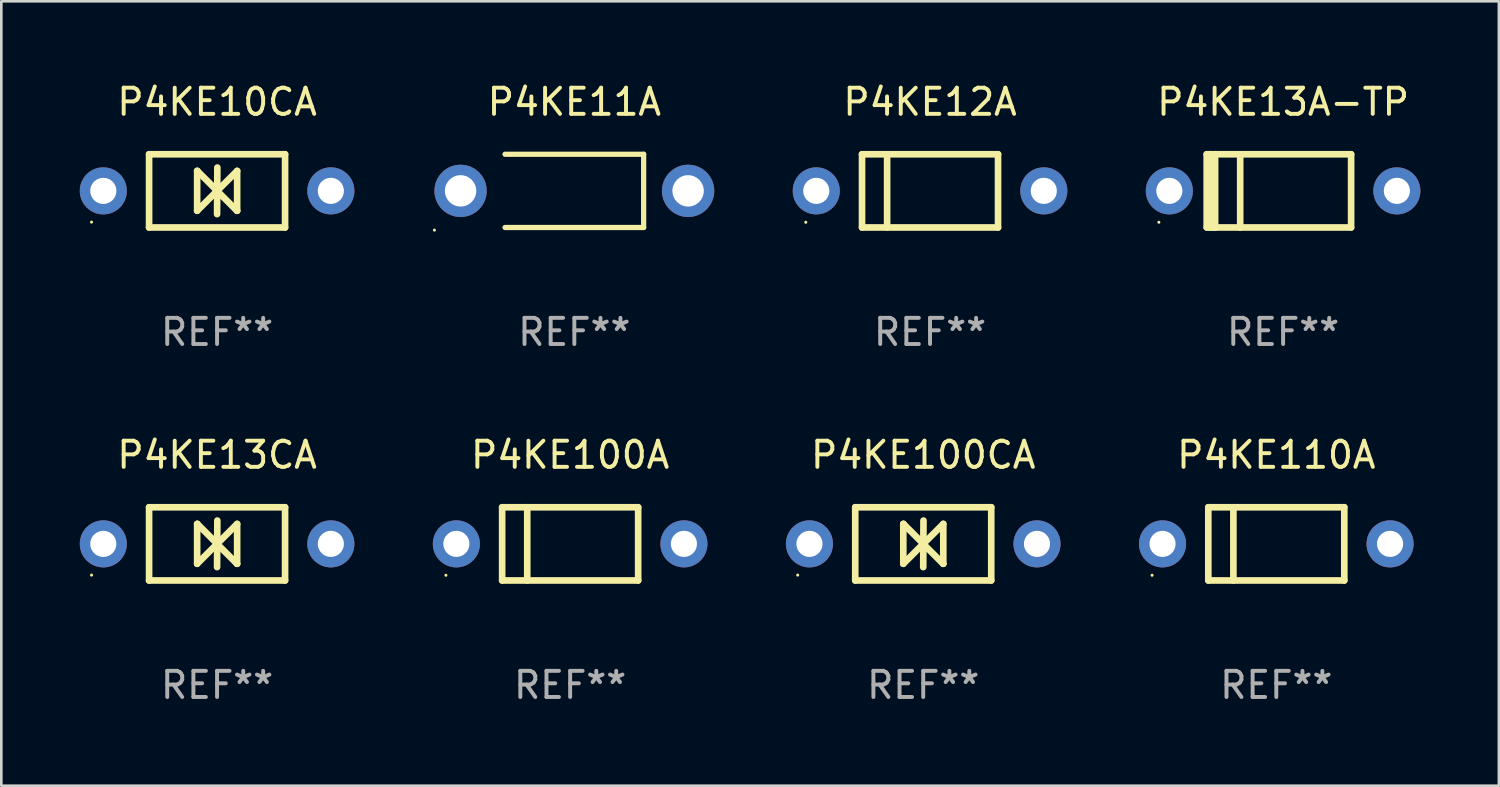
<source format=kicad_pcb>
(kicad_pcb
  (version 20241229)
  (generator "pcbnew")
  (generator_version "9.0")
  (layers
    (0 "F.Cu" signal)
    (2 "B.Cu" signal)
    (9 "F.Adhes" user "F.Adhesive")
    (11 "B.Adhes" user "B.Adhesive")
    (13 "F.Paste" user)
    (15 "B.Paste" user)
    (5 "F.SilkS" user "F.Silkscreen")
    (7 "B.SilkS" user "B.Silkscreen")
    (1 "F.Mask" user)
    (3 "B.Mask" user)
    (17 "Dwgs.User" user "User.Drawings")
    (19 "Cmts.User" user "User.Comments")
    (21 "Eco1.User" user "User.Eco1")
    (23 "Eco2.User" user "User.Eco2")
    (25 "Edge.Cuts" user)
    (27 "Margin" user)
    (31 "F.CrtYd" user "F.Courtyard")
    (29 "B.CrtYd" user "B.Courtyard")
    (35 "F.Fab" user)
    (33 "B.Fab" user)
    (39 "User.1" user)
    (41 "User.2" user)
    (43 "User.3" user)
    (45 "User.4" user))
  (footprint "P4KE13CA"
    (layer "F.Cu")
    (at 5.25 17.745)
    (property "Reference" "P4KE13CA" (at 0 -3.4 0) (layer "F.SilkS") (effects (font (size 1 1) (thickness 0.15))))
    (attr through_hole)
    (fp_line (start -2.6 1.4) (end -2.6 -1.4) (stroke (width 0.254) (type solid)) (layer "F.SilkS"))
    (fp_line (start -0.762 -0.762) (end -0.762 0.762) (stroke (width 0.254) (type solid)) (layer "F.SilkS"))
    (fp_line (start -0.762 0.762) (end 0.006 -0.006) (stroke (width 0.254) (type solid)) (layer "F.SilkS"))
    (fp_line (start -0.755 -0.762) (end -0.762 -0.762) (stroke (width 0.254) (type solid)) (layer "F.SilkS"))
    (fp_line (start -0.001 0.004) (end -0.001 0.095) (stroke (width 0.254) (type solid)) (layer "F.SilkS"))
    (fp_line (start 0 0) (end 0.761 0.761) (stroke (width 0.254) (type solid)) (layer "F.SilkS"))
    (fp_line (start 0 0.889) (end 0.01 -0.892) (stroke (width 0.254) (type solid)) (layer "F.SilkS"))
    (fp_line (start 0.005 -0.001) (end -0.755 -0.762) (stroke (width 0.254) (type solid)) (layer "F.SilkS"))
    (fp_line (start 0.006 -0.006) (end 0.006 -0.096) (stroke (width 0.254) (type solid)) (layer "F.SilkS"))
    (fp_line (start 0.761 0.761) (end 0.767 0.761) (stroke (width 0.254) (type solid)) (layer "F.SilkS"))
    (fp_line (start 0.767 -0.763) (end -0.001 0.004) (stroke (width 0.254) (type solid)) (layer "F.SilkS"))
    (fp_line (start 0.767 0.761) (end 0.767 -0.763) (stroke (width 0.254) (type solid)) (layer "F.SilkS"))
    (fp_line (start 2.6 -1.4) (end -2.6 -1.4) (stroke (width 0.254) (type solid)) (layer "F.SilkS"))
    (fp_line (start 2.6 1.4) (end -2.6 1.4) (stroke (width 0.254) (type solid)) (layer "F.SilkS"))
    (fp_line (start 2.6 1.4) (end 2.6 -1.4) (stroke (width 0.254) (type solid)) (layer "F.SilkS"))
    (fp_circle (center -4.8 1.194) (end -4.77 1.194) (stroke (width 0.06) (type solid)) (fill no) (layer "F.SilkS"))
    (fp_text user "REF**" (at 0 5.4 0) (layer "F.Fab") (effects (font (size 1 1) (thickness 0.15))))
    (pad "1" thru_hole circle (at -4.35 0) (size 1.8 1.8) (drill 1) (layers "*.Cu" "*.Mask"))
    (pad "2" thru_hole circle (at 4.35 0) (size 1.8 1.8) (drill 1) (layers "*.Cu" "*.Mask")))
  (footprint "P4KE100A"
    (layer "F.Cu")
    (at 18.75 17.745)
    (property "Reference" "P4KE100A" (at 0 -3.4 0) (layer "F.SilkS") (effects (font (size 1 1) (thickness 0.15))))
    (attr through_hole)
    (fp_line (start -2.6 -1.4) (end -2.6 1.4) (stroke (width 0.254) (type solid)) (layer "F.SilkS"))
    (fp_line (start -2.6 -1.4) (end 2.6 -1.4) (stroke (width 0.254) (type solid)) (layer "F.SilkS"))
    (fp_line (start -2.6 1.4) (end 2.6 1.4) (stroke (width 0.254) (type solid)) (layer "F.SilkS"))
    (fp_line (start -1.641 -1.4) (end -1.641 1.4) (stroke (width 0.254) (type solid)) (layer "F.SilkS"))
    (fp_line (start 2.6 -1.4) (end 2.6 1.4) (stroke (width 0.254) (type solid)) (layer "F.SilkS"))
    (fp_circle (center -4.75 1.2) (end -4.72 1.2) (stroke (width 0.06) (type solid)) (fill no) (layer "F.SilkS"))
    (fp_text user "REF**" (at 0 5.4 0) (layer "F.Fab") (effects (font (size 1 1) (thickness 0.15))))
    (pad "1" thru_hole circle (at -4.35 0) (size 1.8 1.8) (drill 1) (layers "*.Cu" "*.Mask"))
    (pad "2" thru_hole circle (at 4.35 0) (size 1.8 1.8) (drill 1) (layers "*.Cu" "*.Mask")))
  (footprint "P4KE13A-TP"
    (layer "F.Cu")
    (at 46.01 4.248)
    (property "Reference" "P4KE13A-TP" (at 0 -3.4 0) (layer "F.SilkS") (effects (font (size 1 1) (thickness 0.15))))
    (attr through_hole)
    (fp_line (start -2.921 1.397) (end -2.921 -1.4) (stroke (width 0.254) (type solid)) (layer "F.SilkS"))
    (fp_line (start -2.794 -1.4) (end -2.921 -1.4) (stroke (width 0.254) (type solid)) (layer "F.SilkS"))
    (fp_line (start -2.794 -1.4) (end -2.794 1.397) (stroke (width 0.254) (type solid)) (layer "F.SilkS"))
    (fp_line (start -2.794 1.397) (end -2.6 1.397) (stroke (width 0.254) (type solid)) (layer "F.SilkS"))
    (fp_line (start -2.667 1.397) (end -2.921 1.397) (stroke (width 0.254) (type solid)) (layer "F.SilkS"))
    (fp_line (start -2.6 -1.4) (end -2.794 -1.4) (stroke (width 0.254) (type solid)) (layer "F.SilkS"))
    (fp_line (start -2.6 -1.4) (end -2.6 1.4) (stroke (width 0.254) (type solid)) (layer "F.SilkS"))
    (fp_line (start -2.6 -1.4) (end 2.6 -1.4) (stroke (width 0.254) (type solid)) (layer "F.SilkS"))
    (fp_line (start -2.6 1.4) (end 2.6 1.4) (stroke (width 0.254) (type solid)) (layer "F.SilkS"))
    (fp_line (start -1.641 -1.4) (end -1.641 1.4) (stroke (width 0.254) (type solid)) (layer "F.SilkS"))
    (fp_line (start 2.6 -1.4) (end 2.6 1.4) (stroke (width 0.254) (type solid)) (layer "F.SilkS"))
    (fp_circle (center -4.75 1.2) (end -4.72 1.2) (stroke (width 0.06) (type solid)) (fill no) (layer "F.SilkS"))
    (fp_text user "REF**" (at 0 5.4 0) (layer "F.Fab") (effects (font (size 1 1) (thickness 0.15))))
    (pad "1" thru_hole circle (at -4.35 0) (size 1.8 1.8) (drill 1) (layers "*.Cu" "*.Mask"))
    (pad "2" thru_hole circle (at 4.35 0) (size 1.8 1.8) (drill 1) (layers "*.Cu" "*.Mask")))
  (footprint "P4KE10CA"
    (layer "F.Cu")
    (at 5.25 4.248)
    (property "Reference" "P4KE10CA" (at 0 -3.4 0) (layer "F.SilkS") (effects (font (size 1 1) (thickness 0.15))))
    (attr through_hole)
    (fp_line (start -2.6 1.4) (end -2.6 -1.4) (stroke (width 0.254) (type solid)) (layer "F.SilkS"))
    (fp_line (start -0.762 -0.762) (end -0.762 0.762) (stroke (width 0.254) (type solid)) (layer "F.SilkS"))
    (fp_line (start -0.762 0.762) (end 0.006 -0.006) (stroke (width 0.254) (type solid)) (layer "F.SilkS"))
    (fp_line (start -0.755 -0.762) (end -0.762 -0.762) (stroke (width 0.254) (type solid)) (layer "F.SilkS"))
    (fp_line (start -0.001 0.004) (end -0.001 0.095) (stroke (width 0.254) (type solid)) (layer "F.SilkS"))
    (fp_line (start 0 0) (end 0.761 0.761) (stroke (width 0.254) (type solid)) (layer "F.SilkS"))
    (fp_line (start 0 0.889) (end 0.01 -0.892) (stroke (width 0.254) (type solid)) (layer "F.SilkS"))
    (fp_line (start 0.005 -0.001) (end -0.755 -0.762) (stroke (width 0.254) (type solid)) (layer "F.SilkS"))
    (fp_line (start 0.006 -0.006) (end 0.006 -0.096) (stroke (width 0.254) (type solid)) (layer "F.SilkS"))
    (fp_line (start 0.761 0.761) (end 0.767 0.761) (stroke (width 0.254) (type solid)) (layer "F.SilkS"))
    (fp_line (start 0.767 -0.763) (end -0.001 0.004) (stroke (width 0.254) (type solid)) (layer "F.SilkS"))
    (fp_line (start 0.767 0.761) (end 0.767 -0.763) (stroke (width 0.254) (type solid)) (layer "F.SilkS"))
    (fp_line (start 2.6 -1.4) (end -2.6 -1.4) (stroke (width 0.254) (type solid)) (layer "F.SilkS"))
    (fp_line (start 2.6 1.4) (end -2.6 1.4) (stroke (width 0.254) (type solid)) (layer "F.SilkS"))
    (fp_line (start 2.6 1.4) (end 2.6 -1.4) (stroke (width 0.254) (type solid)) (layer "F.SilkS"))
    (fp_circle (center -4.8 1.194) (end -4.77 1.194) (stroke (width 0.06) (type solid)) (fill no) (layer "F.SilkS"))
    (fp_text user "REF**" (at 0 5.4 0) (layer "F.Fab") (effects (font (size 1 1) (thickness 0.15))))
    (pad "1" thru_hole circle (at -4.35 0) (size 1.8 1.8) (drill 1) (layers "*.Cu" "*.Mask"))
    (pad "2" thru_hole circle (at 4.35 0) (size 1.8 1.8) (drill 1) (layers "*.Cu" "*.Mask")))
  (footprint "P4KE110A"
    (layer "F.Cu")
    (at 45.75 17.745)
    (property "Reference" "P4KE110A" (at 0 -3.4 0) (layer "F.SilkS") (effects (font (size 1 1) (thickness 0.15))))
    (attr through_hole)
    (fp_line (start -2.6 -1.4) (end -2.6 1.4) (stroke (width 0.254) (type solid)) (layer "F.SilkS"))
    (fp_line (start -2.6 -1.4) (end 2.6 -1.4) (stroke (width 0.254) (type solid)) (layer "F.SilkS"))
    (fp_line (start -2.6 1.4) (end 2.6 1.4) (stroke (width 0.254) (type solid)) (layer "F.SilkS"))
    (fp_line (start -1.641 -1.4) (end -1.641 1.4) (stroke (width 0.254) (type solid)) (layer "F.SilkS"))
    (fp_line (start 2.6 -1.4) (end 2.6 1.4) (stroke (width 0.254) (type solid)) (layer "F.SilkS"))
    (fp_circle (center -4.75 1.2) (end -4.72 1.2) (stroke (width 0.06) (type solid)) (fill no) (layer "F.SilkS"))
    (fp_text user "REF**" (at 0 5.4 0) (layer "F.Fab") (effects (font (size 1 1) (thickness 0.15))))
    (pad "1" thru_hole circle (at -4.35 0) (size 1.8 1.8) (drill 1) (layers "*.Cu" "*.Mask"))
    (pad "2" thru_hole circle (at 4.35 0) (size 1.8 1.8) (drill 1) (layers "*.Cu" "*.Mask")))
  (footprint "P4KE12A"
    (layer "F.Cu")
    (at 32.51 4.248)
    (property "Reference" "P4KE12A" (at 0 -3.4 0) (layer "F.SilkS") (effects (font (size 1 1) (thickness 0.15))))
    (attr through_hole)
    (fp_line (start -2.6 -1.4) (end -2.6 1.4) (stroke (width 0.254) (type solid)) (layer "F.SilkS"))
    (fp_line (start -2.6 -1.4) (end 2.6 -1.4) (stroke (width 0.254) (type solid)) (layer "F.SilkS"))
    (fp_line (start -2.6 1.4) (end 2.6 1.4) (stroke (width 0.254) (type solid)) (layer "F.SilkS"))
    (fp_line (start -1.641 -1.4) (end -1.641 1.4) (stroke (width 0.254) (type solid)) (layer "F.SilkS"))
    (fp_line (start 2.6 -1.4) (end 2.6 1.4) (stroke (width 0.254) (type solid)) (layer "F.SilkS"))
    (fp_circle (center -4.75 1.2) (end -4.72 1.2) (stroke (width 0.06) (type solid)) (fill no) (layer "F.SilkS"))
    (fp_text user "REF**" (at 0 5.4 0) (layer "F.Fab") (effects (font (size 1 1) (thickness 0.15))))
    (pad "1" thru_hole circle (at -4.35 0) (size 1.8 1.8) (drill 1) (layers "*.Cu" "*.Mask"))
    (pad "2" thru_hole circle (at 4.35 0) (size 1.8 1.8) (drill 1) (layers "*.Cu" "*.Mask")))
  (footprint "P4KE100CA"
    (layer "F.Cu")
    (at 32.25 17.745)
    (property "Reference" "P4KE100CA" (at 0 -3.4 0) (layer "F.SilkS") (effects (font (size 1 1) (thickness 0.15))))
    (attr through_hole)
    (fp_line (start -2.6 1.4) (end -2.6 -1.4) (stroke (width 0.254) (type solid)) (layer "F.SilkS"))
    (fp_line (start -0.762 -0.762) (end -0.762 0.762) (stroke (width 0.254) (type solid)) (layer "F.SilkS"))
    (fp_line (start -0.762 0.762) (end 0.006 -0.006) (stroke (width 0.254) (type solid)) (layer "F.SilkS"))
    (fp_line (start -0.755 -0.762) (end -0.762 -0.762) (stroke (width 0.254) (type solid)) (layer "F.SilkS"))
    (fp_line (start -0.001 0.004) (end -0.001 0.095) (stroke (width 0.254) (type solid)) (layer "F.SilkS"))
    (fp_line (start 0 0) (end 0.761 0.761) (stroke (width 0.254) (type solid)) (layer "F.SilkS"))
    (fp_line (start 0 0.889) (end 0.01 -0.892) (stroke (width 0.254) (type solid)) (layer "F.SilkS"))
    (fp_line (start 0.005 -0.001) (end -0.755 -0.762) (stroke (width 0.254) (type solid)) (layer "F.SilkS"))
    (fp_line (start 0.006 -0.006) (end 0.006 -0.096) (stroke (width 0.254) (type solid)) (layer "F.SilkS"))
    (fp_line (start 0.761 0.761) (end 0.767 0.761) (stroke (width 0.254) (type solid)) (layer "F.SilkS"))
    (fp_line (start 0.767 -0.763) (end -0.001 0.004) (stroke (width 0.254) (type solid)) (layer "F.SilkS"))
    (fp_line (start 0.767 0.761) (end 0.767 -0.763) (stroke (width 0.254) (type solid)) (layer "F.SilkS"))
    (fp_line (start 2.6 -1.4) (end -2.6 -1.4) (stroke (width 0.254) (type solid)) (layer "F.SilkS"))
    (fp_line (start 2.6 1.4) (end -2.6 1.4) (stroke (width 0.254) (type solid)) (layer "F.SilkS"))
    (fp_line (start 2.6 1.4) (end 2.6 -1.4) (stroke (width 0.254) (type solid)) (layer "F.SilkS"))
    (fp_circle (center -4.8 1.194) (end -4.77 1.194) (stroke (width 0.06) (type solid)) (fill no) (layer "F.SilkS"))
    (fp_text user "REF**" (at 0 5.4 0) (layer "F.Fab") (effects (font (size 1 1) (thickness 0.15))))
    (pad "1" thru_hole circle (at -4.35 0) (size 1.8 1.8) (drill 1) (layers "*.Cu" "*.Mask"))
    (pad "2" thru_hole circle (at 4.35 0) (size 1.8 1.8) (drill 1) (layers "*.Cu" "*.Mask")))
  (footprint "P4KE11A"
    (layer "F.Cu")
    (at 18.91 4.248)
    (property "Reference" "P4KE11A" (at 0 -3.4 0) (layer "F.SilkS") (effects (font (size 1 1) (thickness 0.15))))
    (attr through_hole)
    (fp_line (start -2.65 1.4) (end 2.65 1.4) (stroke (width 0.2) (type solid)) (layer "F.SilkS"))
    (fp_line (start 2.65 -1.4) (end -2.65 -1.4) (stroke (width 0.2) (type solid)) (layer "F.SilkS"))
    (fp_line (start 2.65 1.4) (end 2.65 -1.4) (stroke (width 0.2) (type solid)) (layer "F.SilkS"))
    (fp_circle (center -5.35 1.5) (end -5.32 1.5) (stroke (width 0.06) (type solid)) (fill no) (layer "F.SilkS"))
    (fp_text user "REF**" (at 0 5.4 0) (layer "F.Fab") (effects (font (size 1 1) (thickness 0.15))))
    (pad "1" thru_hole circle (at -4.35 0) (size 2 2) (drill 1.2) (layers "*.Cu" "*.Mask"))
    (pad "2" thru_hole circle (at 4.35 0) (size 2 2) (drill 1.2) (layers "*.Cu" "*.Mask")))
  (gr_rect
    (start -3 -3)
    (end 54.26 26.993)
    (stroke (width 0.1) (type default))
    (fill no)
    (layer "Edge.Cuts")))
</source>
